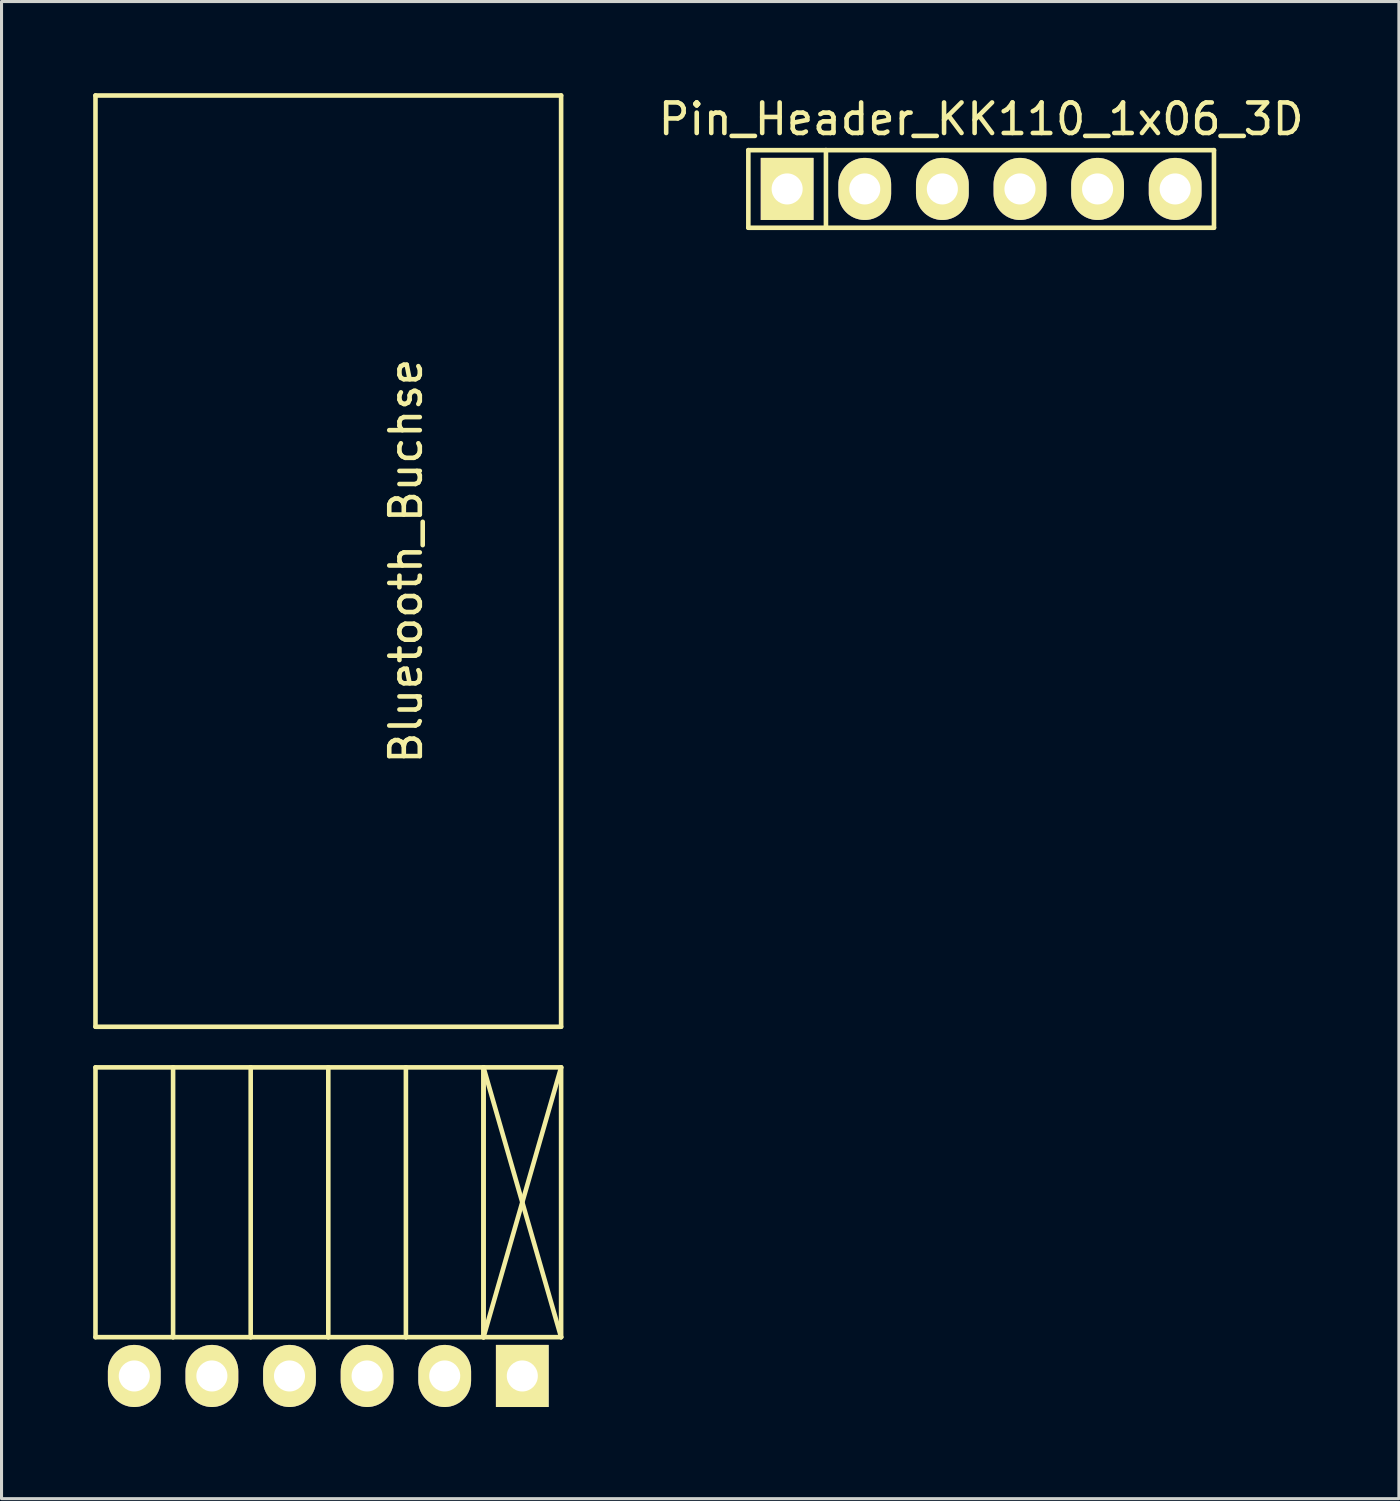
<source format=kicad_pcb>
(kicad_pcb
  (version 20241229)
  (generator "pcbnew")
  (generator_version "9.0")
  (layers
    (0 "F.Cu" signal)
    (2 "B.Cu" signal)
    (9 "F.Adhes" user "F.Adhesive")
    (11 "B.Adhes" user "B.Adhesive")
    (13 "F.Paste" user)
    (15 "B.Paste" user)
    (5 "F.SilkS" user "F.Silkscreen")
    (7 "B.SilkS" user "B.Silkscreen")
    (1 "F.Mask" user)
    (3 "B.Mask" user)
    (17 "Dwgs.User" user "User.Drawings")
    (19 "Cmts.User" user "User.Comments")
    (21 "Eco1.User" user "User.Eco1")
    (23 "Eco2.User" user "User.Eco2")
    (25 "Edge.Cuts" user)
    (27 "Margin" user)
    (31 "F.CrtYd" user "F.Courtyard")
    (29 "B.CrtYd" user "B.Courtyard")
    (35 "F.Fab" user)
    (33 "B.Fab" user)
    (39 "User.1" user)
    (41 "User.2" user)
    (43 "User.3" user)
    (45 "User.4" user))
  (footprint "Bluetooth_Buchse"
    (layer "F.Cu")
    (at 7.695 41.985)
    (property "Reference" "Bluetooth_Buchse" (at 2.54 -26.67 270) (layer "F.SilkS") (effects (font (size 1 1) (thickness 0.15))))
    (attr through_hole)
    (fp_line (start -7.62 -41.91) (end 7.62 -41.91) (stroke (width 0.15) (type solid)) (layer "F.SilkS"))
    (fp_line (start -7.62 -11.43) (end -7.62 -41.91) (stroke (width 0.15) (type solid)) (layer "F.SilkS"))
    (fp_line (start -7.62 -10.1) (end -7.62 -1.27) (stroke (width 0.15) (type solid)) (layer "F.SilkS"))
    (fp_line (start -5.08 -10.1) (end -7.62 -10.1) (stroke (width 0.15) (type solid)) (layer "F.SilkS"))
    (fp_line (start -5.08 -10.1) (end -5.08 -1.27) (stroke (width 0.15) (type solid)) (layer "F.SilkS"))
    (fp_line (start -5.08 -1.27) (end -7.62 -1.27) (stroke (width 0.15) (type solid)) (layer "F.SilkS"))
    (fp_line (start -2.54 -10.1) (end -5.08 -10.1) (stroke (width 0.15) (type solid)) (layer "F.SilkS"))
    (fp_line (start -2.54 -10.1) (end -2.54 -1.27) (stroke (width 0.15) (type solid)) (layer "F.SilkS"))
    (fp_line (start -2.54 -1.27) (end -5.08 -1.27) (stroke (width 0.15) (type solid)) (layer "F.SilkS"))
    (fp_line (start 0 -10.1) (end -2.54 -10.1) (stroke (width 0.15) (type solid)) (layer "F.SilkS"))
    (fp_line (start 0 -10.1) (end 0 -1.27) (stroke (width 0.15) (type solid)) (layer "F.SilkS"))
    (fp_line (start 0 -1.27) (end -2.54 -1.27) (stroke (width 0.15) (type solid)) (layer "F.SilkS"))
    (fp_line (start 2.54 -10.1) (end 0 -10.1) (stroke (width 0.15) (type solid)) (layer "F.SilkS"))
    (fp_line (start 2.54 -10.1) (end 2.54 -1.27) (stroke (width 0.15) (type solid)) (layer "F.SilkS"))
    (fp_line (start 2.54 -1.27) (end 0 -1.27) (stroke (width 0.15) (type solid)) (layer "F.SilkS"))
    (fp_line (start 5.08 -10.1) (end 2.54 -10.1) (stroke (width 0.15) (type solid)) (layer "F.SilkS"))
    (fp_line (start 5.08 -10.1) (end 5.08 -1.27) (stroke (width 0.15) (type solid)) (layer "F.SilkS"))
    (fp_line (start 5.08 -1.27) (end 2.54 -1.27) (stroke (width 0.15) (type solid)) (layer "F.SilkS"))
    (fp_line (start 5.08 -1.27) (end 5.08 -10.1) (stroke (width 0.15) (type solid)) (layer "F.SilkS"))
    (fp_line (start 7.62 -41.91) (end 7.62 -11.43) (stroke (width 0.15) (type solid)) (layer "F.SilkS"))
    (fp_line (start 7.62 -11.43) (end -7.62 -11.43) (stroke (width 0.15) (type solid)) (layer "F.SilkS"))
    (fp_line (start 7.62 -10.1) (end 5.08 -10.1) (stroke (width 0.15) (type solid)) (layer "F.SilkS"))
    (fp_line (start 7.62 -10.1) (end 5.08 -1.27) (stroke (width 0.15) (type solid)) (layer "F.SilkS"))
    (fp_line (start 7.62 -1.27) (end 5.08 -10.1) (stroke (width 0.15) (type solid)) (layer "F.SilkS"))
    (fp_line (start 7.62 -1.27) (end 5.08 -1.27) (stroke (width 0.15) (type solid)) (layer "F.SilkS"))
    (fp_line (start 7.62 -1.27) (end 7.62 -10.1) (stroke (width 0.15) (type solid)) (layer "F.SilkS"))
    (pad "1" thru_hole rect (at 6.35 0 180) (size 1.727 2.032) (drill 1.016) (layers "*.Cu" "*.Mask" "F.SilkS"))
    (pad "2" thru_hole oval (at 3.81 0 180) (size 1.727 2.032) (drill 1.016) (layers "*.Cu" "*.Mask" "F.SilkS"))
    (pad "3" thru_hole oval (at 1.27 0 180) (size 1.727 2.032) (drill 1.016) (layers "*.Cu" "*.Mask" "F.SilkS"))
    (pad "4" thru_hole oval (at -1.27 0 180) (size 1.727 2.032) (drill 1.016) (layers "*.Cu" "*.Mask" "F.SilkS"))
    (pad "5" thru_hole oval (at -3.81 0 180) (size 1.727 2.032) (drill 1.016) (layers "*.Cu" "*.Mask" "F.SilkS"))
    (pad "6" thru_hole oval (at -6.35 0 180) (size 1.727 2.032) (drill 1.016) (layers "*.Cu" "*.Mask" "F.SilkS")))
  (footprint "Pin_Header_KK110_1x06_3D"
    (layer "F.Cu")
    (at 29.063 3.134)
    (property "Reference" "Pin_Header_KK110_1x06_3D" (at 0 -2.286 0) (layer "F.SilkS") (effects (font (size 1 1) (thickness 0.15))))
    (attr through_hole)
    (fp_line (start -7.62 -1.27) (end -7.62 1.27) (stroke (width 0.15) (type solid)) (layer "F.SilkS"))
    (fp_line (start -7.62 -1.27) (end -5.08 -1.27) (stroke (width 0.15) (type solid)) (layer "F.SilkS"))
    (fp_line (start -7.62 1.27) (end -5.08 1.27) (stroke (width 0.15) (type solid)) (layer "F.SilkS"))
    (fp_line (start -5.08 -1.27) (end -5.08 1.27) (stroke (width 0.15) (type solid)) (layer "F.SilkS"))
    (fp_line (start -5.08 -1.27) (end 7.62 -1.27) (stroke (width 0.15) (type solid)) (layer "F.SilkS"))
    (fp_line (start 7.62 -1.27) (end 7.62 1.27) (stroke (width 0.15) (type solid)) (layer "F.SilkS"))
    (fp_line (start 7.62 1.27) (end -5.08 1.27) (stroke (width 0.15) (type solid)) (layer "F.SilkS"))
    (pad "1" thru_hole rect (at -6.35 0) (size 1.727 2.032) (drill 1.016) (layers "*.Cu" "*.Mask" "F.SilkS"))
    (pad "2" thru_hole oval (at -3.81 0) (size 1.727 2.032) (drill 1.016) (layers "*.Cu" "*.Mask" "F.SilkS"))
    (pad "3" thru_hole oval (at -1.27 0) (size 1.727 2.032) (drill 1.016) (layers "*.Cu" "*.Mask" "F.SilkS"))
    (pad "4" thru_hole oval (at 1.27 0) (size 1.727 2.032) (drill 1.016) (layers "*.Cu" "*.Mask" "F.SilkS"))
    (pad "5" thru_hole oval (at 3.81 0) (size 1.727 2.032) (drill 1.016) (layers "*.Cu" "*.Mask" "F.SilkS"))
    (pad "6" thru_hole oval (at 6.35 0) (size 1.727 2.032) (drill 1.016) (layers "*.Cu" "*.Mask" "F.SilkS")))
  (gr_rect
    (start -3 -3)
    (end 42.735 46.001)
    (stroke (width 0.1) (type default))
    (fill no)
    (layer "Edge.Cuts")))
</source>
